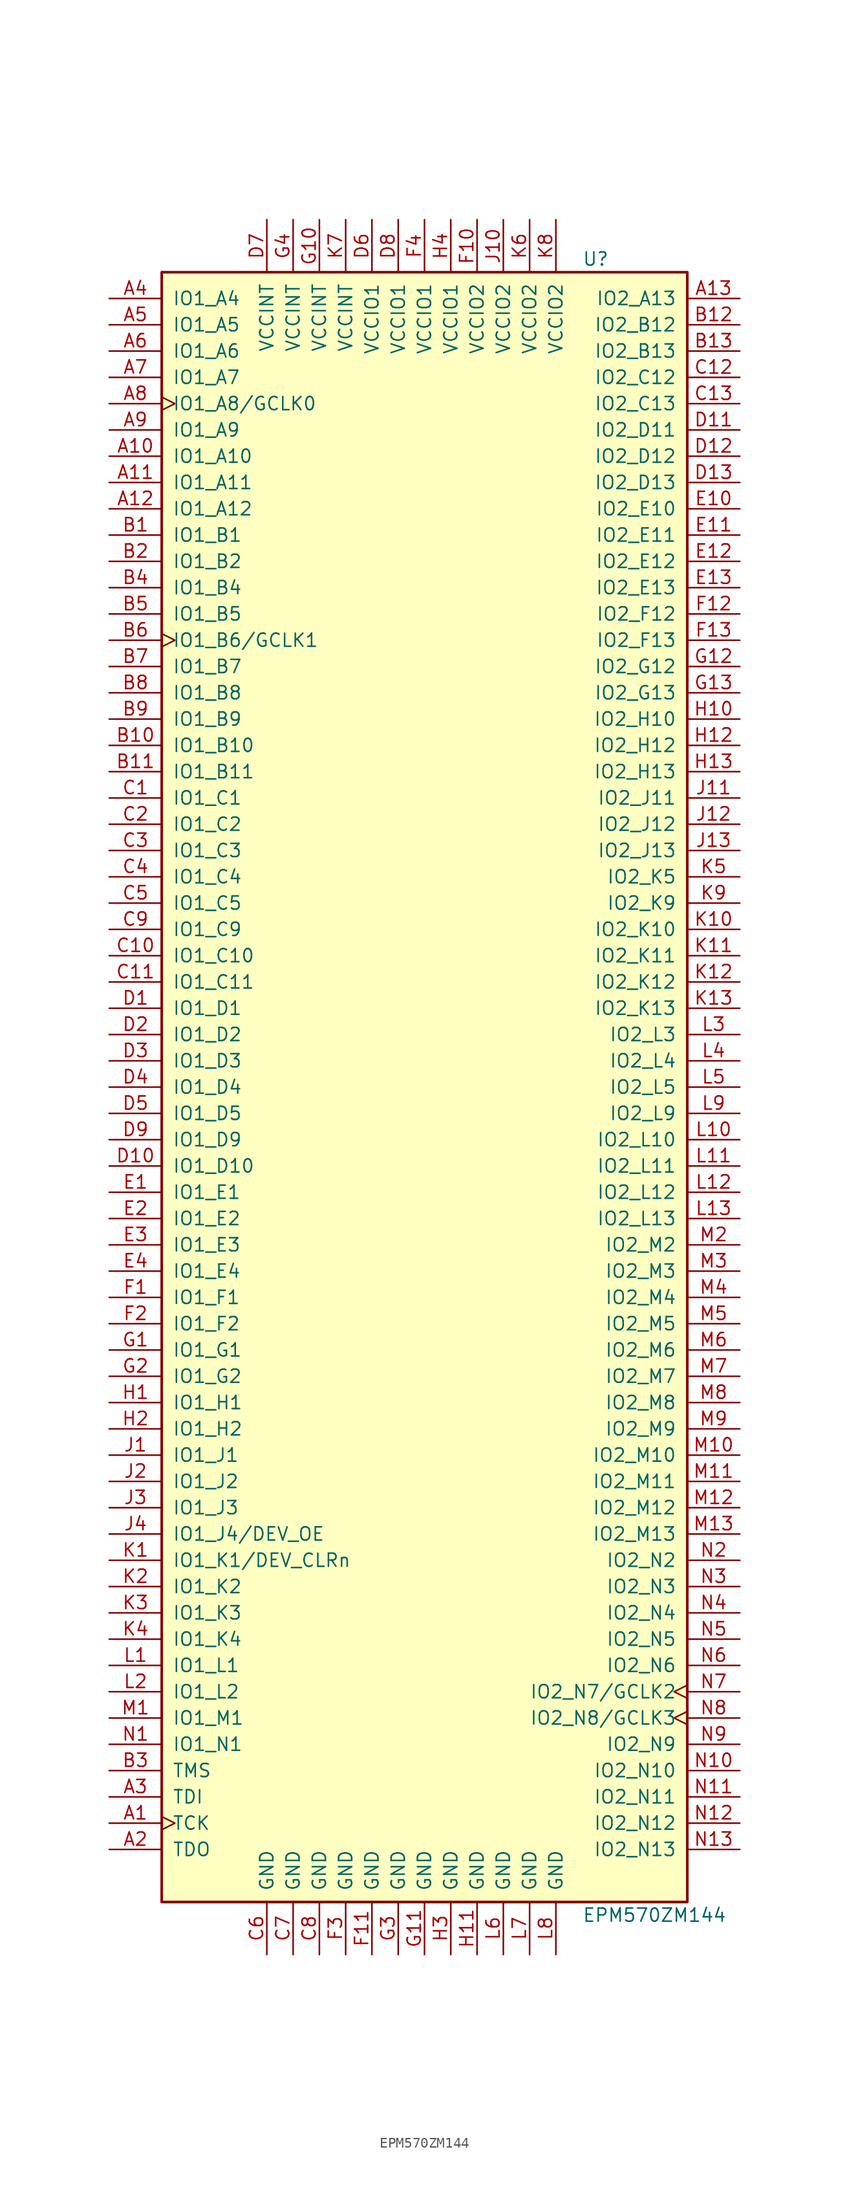
<source format=kicad_sym>
(kicad_symbol_lib
  (version 20201005)
  (generator kicad_symbol_editor)
  (symbol "EPM570ZM144"
    (pin_names
      (offset 1.016))
    (property "Reference" "U"
      (at 15.24 80.01 0)
      (effects (font (size 1.27 1.27)) (justify left)))
    (property "Value" "EPM570ZM144"
      (at 15.24 -80.01 0)
      (effects (font (size 1.27 1.27)) (justify left)))
    (property "ki_locked" ""
      (at 0 0 0)
      (effects (font (size 1.27 1.27))))
    (symbol "EPM570ZM144_1_1"
      (rectangle (start -25.4 78.74) (end 25.4 -78.74) (stroke (width 0.254)) (fill (type background)))
      (pin bidirectional line (at -30.48 76.2 0) (length 5.08) (name "IO1_A4" (effects (font (size 1.27 1.27)))) (number "A4" (effects (font (size 1.27 1.27)))))
      (pin bidirectional line (at -30.48 73.66 0) (length 5.08) (name "IO1_A5" (effects (font (size 1.27 1.27)))) (number "A5" (effects (font (size 1.27 1.27)))))
      (pin bidirectional line (at -30.48 71.12 0) (length 5.08) (name "IO1_A6" (effects (font (size 1.27 1.27)))) (number "A6" (effects (font (size 1.27 1.27)))))
      (pin bidirectional line (at -30.48 68.58 0) (length 5.08) (name "IO1_A7" (effects (font (size 1.27 1.27)))) (number "A7" (effects (font (size 1.27 1.27)))))
      (pin bidirectional clock (at -30.48 66.04 0) (length 5.08) (name "IO1_A8/GCLK0" (effects (font (size 1.27 1.27)))) (number "A8" (effects (font (size 1.27 1.27)))))
      (pin bidirectional line (at -30.48 63.5 0) (length 5.08) (name "IO1_A9" (effects (font (size 1.27 1.27)))) (number "A9" (effects (font (size 1.27 1.27)))))
      (pin bidirectional line (at -30.48 60.96 0) (length 5.08) (name "IO1_A10" (effects (font (size 1.27 1.27)))) (number "A10" (effects (font (size 1.27 1.27)))))
      (pin bidirectional line (at -30.48 58.42 0) (length 5.08) (name "IO1_A11" (effects (font (size 1.27 1.27)))) (number "A11" (effects (font (size 1.27 1.27)))))
      (pin bidirectional line (at -30.48 55.88 0) (length 5.08) (name "IO1_A12" (effects (font (size 1.27 1.27)))) (number "A12" (effects (font (size 1.27 1.27)))))
      (pin bidirectional line (at 30.48 76.2 180) (length 5.08) (name "IO2_A13" (effects (font (size 1.27 1.27)))) (number "A13" (effects (font (size 1.27 1.27)))))
      (pin bidirectional line (at -30.48 53.34 0) (length 5.08) (name "IO1_B1" (effects (font (size 1.27 1.27)))) (number "B1" (effects (font (size 1.27 1.27)))))
      (pin bidirectional line (at -30.48 50.8 0) (length 5.08) (name "IO1_B2" (effects (font (size 1.27 1.27)))) (number "B2" (effects (font (size 1.27 1.27)))))
      (pin bidirectional line (at -30.48 48.26 0) (length 5.08) (name "IO1_B4" (effects (font (size 1.27 1.27)))) (number "B4" (effects (font (size 1.27 1.27)))))
      (pin bidirectional line (at -30.48 45.72 0) (length 5.08) (name "IO1_B5" (effects (font (size 1.27 1.27)))) (number "B5" (effects (font (size 1.27 1.27)))))
      (pin bidirectional clock (at -30.48 43.18 0) (length 5.08) (name "IO1_B6/GCLK1" (effects (font (size 1.27 1.27)))) (number "B6" (effects (font (size 1.27 1.27)))))
      (pin bidirectional line (at -30.48 40.64 0) (length 5.08) (name "IO1_B7" (effects (font (size 1.27 1.27)))) (number "B7" (effects (font (size 1.27 1.27)))))
      (pin bidirectional line (at -30.48 38.1 0) (length 5.08) (name "IO1_B8" (effects (font (size 1.27 1.27)))) (number "B8" (effects (font (size 1.27 1.27)))))
      (pin bidirectional line (at -30.48 35.56 0) (length 5.08) (name "IO1_B9" (effects (font (size 1.27 1.27)))) (number "B9" (effects (font (size 1.27 1.27)))))
      (pin bidirectional line (at -30.48 33.02 0) (length 5.08) (name "IO1_B10" (effects (font (size 1.27 1.27)))) (number "B10" (effects (font (size 1.27 1.27)))))
      (pin bidirectional line (at -30.48 30.48 0) (length 5.08) (name "IO1_B11" (effects (font (size 1.27 1.27)))) (number "B11" (effects (font (size 1.27 1.27)))))
      (pin bidirectional line (at 30.48 73.66 180) (length 5.08) (name "IO2_B12" (effects (font (size 1.27 1.27)))) (number "B12" (effects (font (size 1.27 1.27)))))
      (pin bidirectional line (at 30.48 71.12 180) (length 5.08) (name "IO2_B13" (effects (font (size 1.27 1.27)))) (number "B13" (effects (font (size 1.27 1.27)))))
      (pin bidirectional line (at -30.48 27.94 0) (length 5.08) (name "IO1_C1" (effects (font (size 1.27 1.27)))) (number "C1" (effects (font (size 1.27 1.27)))))
      (pin bidirectional line (at -30.48 25.4 0) (length 5.08) (name "IO1_C2" (effects (font (size 1.27 1.27)))) (number "C2" (effects (font (size 1.27 1.27)))))
      (pin bidirectional line (at -30.48 22.86 0) (length 5.08) (name "IO1_C3" (effects (font (size 1.27 1.27)))) (number "C3" (effects (font (size 1.27 1.27)))))
      (pin bidirectional line (at -30.48 20.32 0) (length 5.08) (name "IO1_C4" (effects (font (size 1.27 1.27)))) (number "C4" (effects (font (size 1.27 1.27)))))
      (pin bidirectional line (at -30.48 17.78 0) (length 5.08) (name "IO1_C5" (effects (font (size 1.27 1.27)))) (number "C5" (effects (font (size 1.27 1.27)))))
      (pin bidirectional line (at -30.48 15.24 0) (length 5.08) (name "IO1_C9" (effects (font (size 1.27 1.27)))) (number "C9" (effects (font (size 1.27 1.27)))))
      (pin bidirectional line (at -30.48 12.7 0) (length 5.08) (name "IO1_C10" (effects (font (size 1.27 1.27)))) (number "C10" (effects (font (size 1.27 1.27)))))
      (pin bidirectional line (at -30.48 10.16 0) (length 5.08) (name "IO1_C11" (effects (font (size 1.27 1.27)))) (number "C11" (effects (font (size 1.27 1.27)))))
      (pin bidirectional line (at 30.48 68.58 180) (length 5.08) (name "IO2_C12" (effects (font (size 1.27 1.27)))) (number "C12" (effects (font (size 1.27 1.27)))))
      (pin bidirectional line (at 30.48 66.04 180) (length 5.08) (name "IO2_C13" (effects (font (size 1.27 1.27)))) (number "C13" (effects (font (size 1.27 1.27)))))
      (pin bidirectional line (at -30.48 7.62 0) (length 5.08) (name "IO1_D1" (effects (font (size 1.27 1.27)))) (number "D1" (effects (font (size 1.27 1.27)))))
      (pin bidirectional line (at -30.48 5.08 0) (length 5.08) (name "IO1_D2" (effects (font (size 1.27 1.27)))) (number "D2" (effects (font (size 1.27 1.27)))))
      (pin bidirectional line (at -30.48 2.54 0) (length 5.08) (name "IO1_D3" (effects (font (size 1.27 1.27)))) (number "D3" (effects (font (size 1.27 1.27)))))
      (pin bidirectional line (at -30.48 0 0) (length 5.08) (name "IO1_D4" (effects (font (size 1.27 1.27)))) (number "D4" (effects (font (size 1.27 1.27)))))
      (pin bidirectional line (at -30.48 -2.54 0) (length 5.08) (name "IO1_D5" (effects (font (size 1.27 1.27)))) (number "D5" (effects (font (size 1.27 1.27)))))
      (pin bidirectional line (at -30.48 -5.08 0) (length 5.08) (name "IO1_D9" (effects (font (size 1.27 1.27)))) (number "D9" (effects (font (size 1.27 1.27)))))
      (pin bidirectional line (at -30.48 -7.62 0) (length 5.08) (name "IO1_D10" (effects (font (size 1.27 1.27)))) (number "D10" (effects (font (size 1.27 1.27)))))
      (pin bidirectional line (at 30.48 63.5 180) (length 5.08) (name "IO2_D11" (effects (font (size 1.27 1.27)))) (number "D11" (effects (font (size 1.27 1.27)))))
      (pin bidirectional line (at 30.48 60.96 180) (length 5.08) (name "IO2_D12" (effects (font (size 1.27 1.27)))) (number "D12" (effects (font (size 1.27 1.27)))))
      (pin bidirectional line (at 30.48 58.42 180) (length 5.08) (name "IO2_D13" (effects (font (size 1.27 1.27)))) (number "D13" (effects (font (size 1.27 1.27)))))
      (pin bidirectional line (at -30.48 -10.16 0) (length 5.08) (name "IO1_E1" (effects (font (size 1.27 1.27)))) (number "E1" (effects (font (size 1.27 1.27)))))
      (pin bidirectional line (at -30.48 -12.7 0) (length 5.08) (name "IO1_E2" (effects (font (size 1.27 1.27)))) (number "E2" (effects (font (size 1.27 1.27)))))
      (pin bidirectional line (at -30.48 -15.24 0) (length 5.08) (name "IO1_E3" (effects (font (size 1.27 1.27)))) (number "E3" (effects (font (size 1.27 1.27)))))
      (pin bidirectional line (at -30.48 -17.78 0) (length 5.08) (name "IO1_E4" (effects (font (size 1.27 1.27)))) (number "E4" (effects (font (size 1.27 1.27)))))
      (pin bidirectional line (at 30.48 55.88 180) (length 5.08) (name "IO2_E10" (effects (font (size 1.27 1.27)))) (number "E10" (effects (font (size 1.27 1.27)))))
      (pin bidirectional line (at 30.48 53.34 180) (length 5.08) (name "IO2_E11" (effects (font (size 1.27 1.27)))) (number "E11" (effects (font (size 1.27 1.27)))))
      (pin bidirectional line (at 30.48 50.8 180) (length 5.08) (name "IO2_E12" (effects (font (size 1.27 1.27)))) (number "E12" (effects (font (size 1.27 1.27)))))
      (pin bidirectional line (at 30.48 48.26 180) (length 5.08) (name "IO2_E13" (effects (font (size 1.27 1.27)))) (number "E13" (effects (font (size 1.27 1.27)))))
      (pin bidirectional line (at -30.48 -20.32 0) (length 5.08) (name "IO1_F1" (effects (font (size 1.27 1.27)))) (number "F1" (effects (font (size 1.27 1.27)))))
      (pin bidirectional line (at -30.48 -22.86 0) (length 5.08) (name "IO1_F2" (effects (font (size 1.27 1.27)))) (number "F2" (effects (font (size 1.27 1.27)))))
      (pin bidirectional line (at 30.48 45.72 180) (length 5.08) (name "IO2_F12" (effects (font (size 1.27 1.27)))) (number "F12" (effects (font (size 1.27 1.27)))))
      (pin bidirectional line (at 30.48 43.18 180) (length 5.08) (name "IO2_F13" (effects (font (size 1.27 1.27)))) (number "F13" (effects (font (size 1.27 1.27)))))
      (pin bidirectional line (at -30.48 -25.4 0) (length 5.08) (name "IO1_G1" (effects (font (size 1.27 1.27)))) (number "G1" (effects (font (size 1.27 1.27)))))
      (pin bidirectional line (at -30.48 -27.94 0) (length 5.08) (name "IO1_G2" (effects (font (size 1.27 1.27)))) (number "G2" (effects (font (size 1.27 1.27)))))
      (pin bidirectional line (at 30.48 40.64 180) (length 5.08) (name "IO2_G12" (effects (font (size 1.27 1.27)))) (number "G12" (effects (font (size 1.27 1.27)))))
      (pin bidirectional line (at 30.48 38.1 180) (length 5.08) (name "IO2_G13" (effects (font (size 1.27 1.27)))) (number "G13" (effects (font (size 1.27 1.27)))))
      (pin bidirectional line (at -30.48 -30.48 0) (length 5.08) (name "IO1_H1" (effects (font (size 1.27 1.27)))) (number "H1" (effects (font (size 1.27 1.27)))))
      (pin bidirectional line (at -30.48 -33.02 0) (length 5.08) (name "IO1_H2" (effects (font (size 1.27 1.27)))) (number "H2" (effects (font (size 1.27 1.27)))))
      (pin bidirectional line (at 30.48 35.56 180) (length 5.08) (name "IO2_H10" (effects (font (size 1.27 1.27)))) (number "H10" (effects (font (size 1.27 1.27)))))
      (pin bidirectional line (at 30.48 33.02 180) (length 5.08) (name "IO2_H12" (effects (font (size 1.27 1.27)))) (number "H12" (effects (font (size 1.27 1.27)))))
      (pin bidirectional line (at 30.48 30.48 180) (length 5.08) (name "IO2_H13" (effects (font (size 1.27 1.27)))) (number "H13" (effects (font (size 1.27 1.27)))))
      (pin bidirectional line (at -30.48 -35.56 0) (length 5.08) (name "IO1_J1" (effects (font (size 1.27 1.27)))) (number "J1" (effects (font (size 1.27 1.27)))))
      (pin bidirectional line (at -30.48 -38.1 0) (length 5.08) (name "IO1_J2" (effects (font (size 1.27 1.27)))) (number "J2" (effects (font (size 1.27 1.27)))))
      (pin bidirectional line (at -30.48 -40.64 0) (length 5.08) (name "IO1_J3" (effects (font (size 1.27 1.27)))) (number "J3" (effects (font (size 1.27 1.27)))))
      (pin bidirectional line (at -30.48 -43.18 0) (length 5.08) (name "IO1_J4/DEV_OE" (effects (font (size 1.27 1.27)))) (number "J4" (effects (font (size 1.27 1.27)))))
      (pin bidirectional line (at 30.48 27.94 180) (length 5.08) (name "IO2_J11" (effects (font (size 1.27 1.27)))) (number "J11" (effects (font (size 1.27 1.27)))))
      (pin bidirectional line (at 30.48 25.4 180) (length 5.08) (name "IO2_J12" (effects (font (size 1.27 1.27)))) (number "J12" (effects (font (size 1.27 1.27)))))
      (pin bidirectional line (at 30.48 22.86 180) (length 5.08) (name "IO2_J13" (effects (font (size 1.27 1.27)))) (number "J13" (effects (font (size 1.27 1.27)))))
      (pin bidirectional line (at -30.48 -45.72 0) (length 5.08) (name "IO1_K1/DEV_CLRn" (effects (font (size 1.27 1.27)))) (number "K1" (effects (font (size 1.27 1.27)))))
      (pin bidirectional line (at -30.48 -48.26 0) (length 5.08) (name "IO1_K2" (effects (font (size 1.27 1.27)))) (number "K2" (effects (font (size 1.27 1.27)))))
      (pin bidirectional line (at -30.48 -50.8 0) (length 5.08) (name "IO1_K3" (effects (font (size 1.27 1.27)))) (number "K3" (effects (font (size 1.27 1.27)))))
      (pin bidirectional line (at -30.48 -53.34 0) (length 5.08) (name "IO1_K4" (effects (font (size 1.27 1.27)))) (number "K4" (effects (font (size 1.27 1.27)))))
      (pin bidirectional line (at 30.48 20.32 180) (length 5.08) (name "IO2_K5" (effects (font (size 1.27 1.27)))) (number "K5" (effects (font (size 1.27 1.27)))))
      (pin bidirectional line (at 30.48 17.78 180) (length 5.08) (name "IO2_K9" (effects (font (size 1.27 1.27)))) (number "K9" (effects (font (size 1.27 1.27)))))
      (pin bidirectional line (at 30.48 15.24 180) (length 5.08) (name "IO2_K10" (effects (font (size 1.27 1.27)))) (number "K10" (effects (font (size 1.27 1.27)))))
      (pin bidirectional line (at 30.48 12.7 180) (length 5.08) (name "IO2_K11" (effects (font (size 1.27 1.27)))) (number "K11" (effects (font (size 1.27 1.27)))))
      (pin bidirectional line (at 30.48 10.16 180) (length 5.08) (name "IO2_K12" (effects (font (size 1.27 1.27)))) (number "K12" (effects (font (size 1.27 1.27)))))
      (pin bidirectional line (at 30.48 7.62 180) (length 5.08) (name "IO2_K13" (effects (font (size 1.27 1.27)))) (number "K13" (effects (font (size 1.27 1.27)))))
      (pin bidirectional line (at -30.48 -55.88 0) (length 5.08) (name "IO1_L1" (effects (font (size 1.27 1.27)))) (number "L1" (effects (font (size 1.27 1.27)))))
      (pin bidirectional line (at -30.48 -58.42 0) (length 5.08) (name "IO1_L2" (effects (font (size 1.27 1.27)))) (number "L2" (effects (font (size 1.27 1.27)))))
      (pin bidirectional line (at 30.48 5.08 180) (length 5.08) (name "IO2_L3" (effects (font (size 1.27 1.27)))) (number "L3" (effects (font (size 1.27 1.27)))))
      (pin bidirectional line (at 30.48 2.54 180) (length 5.08) (name "IO2_L4" (effects (font (size 1.27 1.27)))) (number "L4" (effects (font (size 1.27 1.27)))))
      (pin bidirectional line (at 30.48 0 180) (length 5.08) (name "IO2_L5" (effects (font (size 1.27 1.27)))) (number "L5" (effects (font (size 1.27 1.27)))))
      (pin bidirectional line (at 30.48 -2.54 180) (length 5.08) (name "IO2_L9" (effects (font (size 1.27 1.27)))) (number "L9" (effects (font (size 1.27 1.27)))))
      (pin bidirectional line (at 30.48 -5.08 180) (length 5.08) (name "IO2_L10" (effects (font (size 1.27 1.27)))) (number "L10" (effects (font (size 1.27 1.27)))))
      (pin bidirectional line (at 30.48 -7.62 180) (length 5.08) (name "IO2_L11" (effects (font (size 1.27 1.27)))) (number "L11" (effects (font (size 1.27 1.27)))))
      (pin bidirectional line (at 30.48 -10.16 180) (length 5.08) (name "IO2_L12" (effects (font (size 1.27 1.27)))) (number "L12" (effects (font (size 1.27 1.27)))))
      (pin bidirectional line (at 30.48 -12.7 180) (length 5.08) (name "IO2_L13" (effects (font (size 1.27 1.27)))) (number "L13" (effects (font (size 1.27 1.27)))))
      (pin bidirectional line (at -30.48 -60.96 0) (length 5.08) (name "IO1_M1" (effects (font (size 1.27 1.27)))) (number "M1" (effects (font (size 1.27 1.27)))))
      (pin bidirectional line (at 30.48 -15.24 180) (length 5.08) (name "IO2_M2" (effects (font (size 1.27 1.27)))) (number "M2" (effects (font (size 1.27 1.27)))))
      (pin bidirectional line (at 30.48 -17.78 180) (length 5.08) (name "IO2_M3" (effects (font (size 1.27 1.27)))) (number "M3" (effects (font (size 1.27 1.27)))))
      (pin bidirectional line (at 30.48 -20.32 180) (length 5.08) (name "IO2_M4" (effects (font (size 1.27 1.27)))) (number "M4" (effects (font (size 1.27 1.27)))))
      (pin bidirectional line (at 30.48 -22.86 180) (length 5.08) (name "IO2_M5" (effects (font (size 1.27 1.27)))) (number "M5" (effects (font (size 1.27 1.27)))))
      (pin bidirectional line (at 30.48 -25.4 180) (length 5.08) (name "IO2_M6" (effects (font (size 1.27 1.27)))) (number "M6" (effects (font (size 1.27 1.27)))))
      (pin bidirectional line (at 30.48 -27.94 180) (length 5.08) (name "IO2_M7" (effects (font (size 1.27 1.27)))) (number "M7" (effects (font (size 1.27 1.27)))))
      (pin bidirectional line (at 30.48 -30.48 180) (length 5.08) (name "IO2_M8" (effects (font (size 1.27 1.27)))) (number "M8" (effects (font (size 1.27 1.27)))))
      (pin bidirectional line (at 30.48 -33.02 180) (length 5.08) (name "IO2_M9" (effects (font (size 1.27 1.27)))) (number "M9" (effects (font (size 1.27 1.27)))))
      (pin bidirectional line (at 30.48 -35.56 180) (length 5.08) (name "IO2_M10" (effects (font (size 1.27 1.27)))) (number "M10" (effects (font (size 1.27 1.27)))))
      (pin bidirectional line (at 30.48 -38.1 180) (length 5.08) (name "IO2_M11" (effects (font (size 1.27 1.27)))) (number "M11" (effects (font (size 1.27 1.27)))))
      (pin bidirectional line (at 30.48 -40.64 180) (length 5.08) (name "IO2_M12" (effects (font (size 1.27 1.27)))) (number "M12" (effects (font (size 1.27 1.27)))))
      (pin bidirectional line (at 30.48 -43.18 180) (length 5.08) (name "IO2_M13" (effects (font (size 1.27 1.27)))) (number "M13" (effects (font (size 1.27 1.27)))))
      (pin bidirectional line (at -30.48 -63.5 0) (length 5.08) (name "IO1_N1" (effects (font (size 1.27 1.27)))) (number "N1" (effects (font (size 1.27 1.27)))))
      (pin bidirectional line (at 30.48 -45.72 180) (length 5.08) (name "IO2_N2" (effects (font (size 1.27 1.27)))) (number "N2" (effects (font (size 1.27 1.27)))))
      (pin bidirectional line (at 30.48 -48.26 180) (length 5.08) (name "IO2_N3" (effects (font (size 1.27 1.27)))) (number "N3" (effects (font (size 1.27 1.27)))))
      (pin bidirectional line (at 30.48 -50.8 180) (length 5.08) (name "IO2_N4" (effects (font (size 1.27 1.27)))) (number "N4" (effects (font (size 1.27 1.27)))))
      (pin bidirectional line (at 30.48 -53.34 180) (length 5.08) (name "IO2_N5" (effects (font (size 1.27 1.27)))) (number "N5" (effects (font (size 1.27 1.27)))))
      (pin bidirectional line (at 30.48 -55.88 180) (length 5.08) (name "IO2_N6" (effects (font (size 1.27 1.27)))) (number "N6" (effects (font (size 1.27 1.27)))))
      (pin bidirectional clock (at 30.48 -58.42 180) (length 5.08) (name "IO2_N7/GCLK2" (effects (font (size 1.27 1.27)))) (number "N7" (effects (font (size 1.27 1.27)))))
      (pin bidirectional clock (at 30.48 -60.96 180) (length 5.08) (name "IO2_N8/GCLK3" (effects (font (size 1.27 1.27)))) (number "N8" (effects (font (size 1.27 1.27)))))
      (pin bidirectional line (at 30.48 -63.5 180) (length 5.08) (name "IO2_N9" (effects (font (size 1.27 1.27)))) (number "N9" (effects (font (size 1.27 1.27)))))
      (pin bidirectional line (at 30.48 -66.04 180) (length 5.08) (name "IO2_N10" (effects (font (size 1.27 1.27)))) (number "N10" (effects (font (size 1.27 1.27)))))
      (pin bidirectional line (at 30.48 -68.58 180) (length 5.08) (name "IO2_N11" (effects (font (size 1.27 1.27)))) (number "N11" (effects (font (size 1.27 1.27)))))
      (pin bidirectional line (at 30.48 -71.12 180) (length 5.08) (name "IO2_N12" (effects (font (size 1.27 1.27)))) (number "N12" (effects (font (size 1.27 1.27)))))
      (pin bidirectional line (at 30.48 -73.66 180) (length 5.08) (name "IO2_N13" (effects (font (size 1.27 1.27)))) (number "N13" (effects (font (size 1.27 1.27)))))
      (pin input line (at -30.48 -66.04 0) (length 5.08) (name "TMS" (effects (font (size 1.27 1.27)))) (number "B3" (effects (font (size 1.27 1.27)))))
      (pin input line (at -30.48 -68.58 0) (length 5.08) (name "TDI" (effects (font (size 1.27 1.27)))) (number "A3" (effects (font (size 1.27 1.27)))))
      (pin input clock (at -30.48 -71.12 0) (length 5.08) (name "TCK" (effects (font (size 1.27 1.27)))) (number "A1" (effects (font (size 1.27 1.27)))))
      (pin output line (at -30.48 -73.66 0) (length 5.08) (name "TDO" (effects (font (size 1.27 1.27)))) (number "A2" (effects (font (size 1.27 1.27)))))
      (pin power_in line (at -15.24 -83.82 90) (length 5.08) (name "GND" (effects (font (size 1.27 1.27)))) (number "C6" (effects (font (size 1.27 1.27)))))
      (pin power_in line (at -12.7 -83.82 90) (length 5.08) (name "GND" (effects (font (size 1.27 1.27)))) (number "C7" (effects (font (size 1.27 1.27)))))
      (pin power_in line (at -10.16 -83.82 90) (length 5.08) (name "GND" (effects (font (size 1.27 1.27)))) (number "C8" (effects (font (size 1.27 1.27)))))
      (pin power_in line (at -7.62 -83.82 90) (length 5.08) (name "GND" (effects (font (size 1.27 1.27)))) (number "F3" (effects (font (size 1.27 1.27)))))
      (pin power_in line (at -5.08 -83.82 90) (length 5.08) (name "GND" (effects (font (size 1.27 1.27)))) (number "F11" (effects (font (size 1.27 1.27)))))
      (pin power_in line (at -2.54 -83.82 90) (length 5.08) (name "GND" (effects (font (size 1.27 1.27)))) (number "G3" (effects (font (size 1.27 1.27)))))
      (pin power_in line (at 0 -83.82 90) (length 5.08) (name "GND" (effects (font (size 1.27 1.27)))) (number "G11" (effects (font (size 1.27 1.27)))))
      (pin power_in line (at 2.54 -83.82 90) (length 5.08) (name "GND" (effects (font (size 1.27 1.27)))) (number "H3" (effects (font (size 1.27 1.27)))))
      (pin power_in line (at 5.08 -83.82 90) (length 5.08) (name "GND" (effects (font (size 1.27 1.27)))) (number "H11" (effects (font (size 1.27 1.27)))))
      (pin power_in line (at 7.62 -83.82 90) (length 5.08) (name "GND" (effects (font (size 1.27 1.27)))) (number "L6" (effects (font (size 1.27 1.27)))))
      (pin power_in line (at 10.16 -83.82 90) (length 5.08) (name "GND" (effects (font (size 1.27 1.27)))) (number "L7" (effects (font (size 1.27 1.27)))))
      (pin power_in line (at 12.7 -83.82 90) (length 5.08) (name "GND" (effects (font (size 1.27 1.27)))) (number "L8" (effects (font (size 1.27 1.27)))))
      (pin power_in line (at -15.24 83.82 270) (length 5.08) (name "VCCINT" (effects (font (size 1.27 1.27)))) (number "D7" (effects (font (size 1.27 1.27)))))
      (pin power_in line (at -12.7 83.82 270) (length 5.08) (name "VCCINT" (effects (font (size 1.27 1.27)))) (number "G4" (effects (font (size 1.27 1.27)))))
      (pin power_in line (at -10.16 83.82 270) (length 5.08) (name "VCCINT" (effects (font (size 1.27 1.27)))) (number "G10" (effects (font (size 1.27 1.27)))))
      (pin power_in line (at -7.62 83.82 270) (length 5.08) (name "VCCINT" (effects (font (size 1.27 1.27)))) (number "K7" (effects (font (size 1.27 1.27)))))
      (pin power_in line (at -5.08 83.82 270) (length 5.08) (name "VCCIO1" (effects (font (size 1.27 1.27)))) (number "D6" (effects (font (size 1.27 1.27)))))
      (pin power_in line (at -2.54 83.82 270) (length 5.08) (name "VCCIO1" (effects (font (size 1.27 1.27)))) (number "D8" (effects (font (size 1.27 1.27)))))
      (pin power_in line (at 0 83.82 270) (length 5.08) (name "VCCIO1" (effects (font (size 1.27 1.27)))) (number "F4" (effects (font (size 1.27 1.27)))))
      (pin power_in line (at 2.54 83.82 270) (length 5.08) (name "VCCIO1" (effects (font (size 1.27 1.27)))) (number "H4" (effects (font (size 1.27 1.27)))))
      (pin power_in line (at 5.08 83.82 270) (length 5.08) (name "VCCIO2" (effects (font (size 1.27 1.27)))) (number "F10" (effects (font (size 1.27 1.27)))))
      (pin power_in line (at 7.62 83.82 270) (length 5.08) (name "VCCIO2" (effects (font (size 1.27 1.27)))) (number "J10" (effects (font (size 1.27 1.27)))))
      (pin power_in line (at 10.16 83.82 270) (length 5.08) (name "VCCIO2" (effects (font (size 1.27 1.27)))) (number "K6" (effects (font (size 1.27 1.27)))))
      (pin power_in line (at 12.7 83.82 270) (length 5.08) (name "VCCIO2" (effects (font (size 1.27 1.27)))) (number "K8" (effects (font (size 1.27 1.27))))))))
</source>
